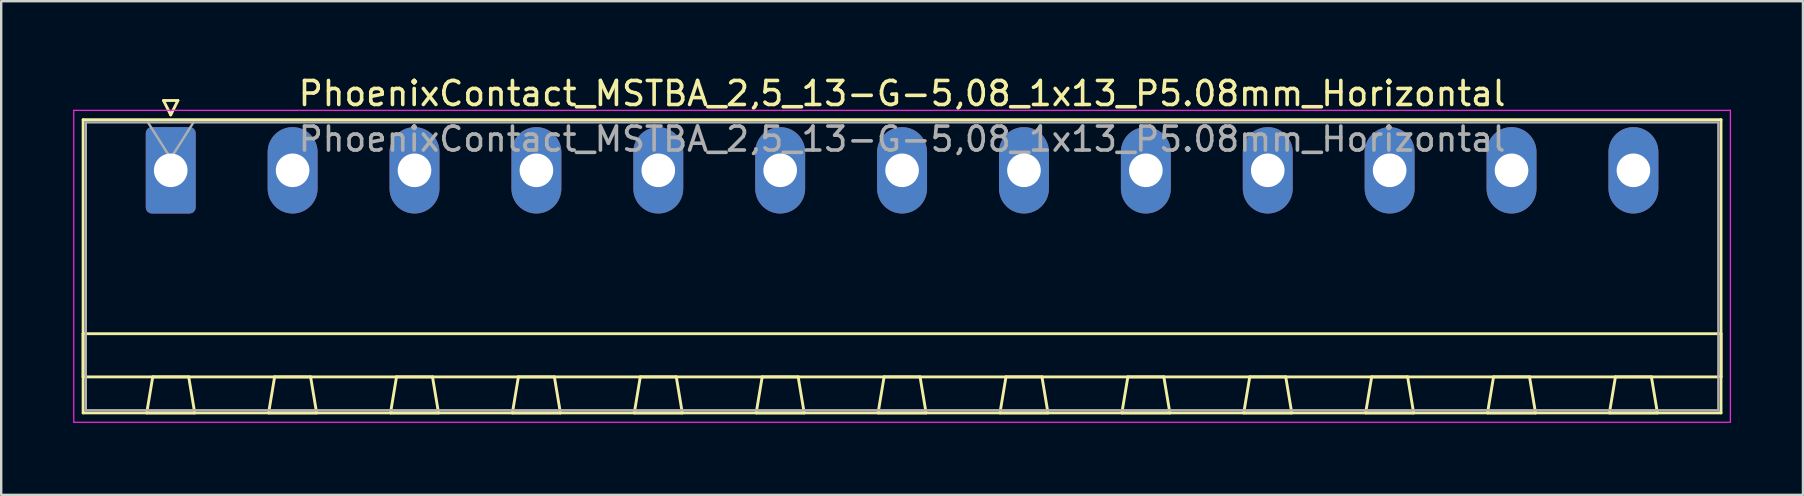
<source format=kicad_pcb>
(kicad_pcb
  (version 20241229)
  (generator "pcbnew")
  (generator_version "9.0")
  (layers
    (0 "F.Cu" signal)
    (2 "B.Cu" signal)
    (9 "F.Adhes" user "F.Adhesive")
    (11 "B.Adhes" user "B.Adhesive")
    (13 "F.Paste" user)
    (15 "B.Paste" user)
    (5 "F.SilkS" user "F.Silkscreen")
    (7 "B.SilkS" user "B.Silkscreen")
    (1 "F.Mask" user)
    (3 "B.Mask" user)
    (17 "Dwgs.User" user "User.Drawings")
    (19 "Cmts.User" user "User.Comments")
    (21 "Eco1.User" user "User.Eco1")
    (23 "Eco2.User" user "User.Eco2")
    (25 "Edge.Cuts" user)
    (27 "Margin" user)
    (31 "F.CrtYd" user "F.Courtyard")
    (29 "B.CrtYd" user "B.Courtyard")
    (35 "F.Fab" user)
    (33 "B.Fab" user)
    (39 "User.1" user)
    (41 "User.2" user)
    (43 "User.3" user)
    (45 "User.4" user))
  (footprint "PhoenixContact_MSTBA_2,5_13-G-5,08_1x13_P5.08mm_Horizontal"
    (layer "F.Cu")
    (at 4.065 4.048)
    (property "Reference" "PhoenixContact_MSTBA_2,5_13-G-5,08_1x13_P5.08mm_Horizontal" (at 30.48 -3.2 0) (layer "F.SilkS") (effects (font (size 1 1) (thickness 0.15))))
    (attr through_hole)
    (fp_line (start -3.65 -2.11) (end -3.65 10.11) (stroke (width 0.12) (type solid)) (layer "F.SilkS"))
    (fp_line (start -3.65 6.81) (end 64.61 6.81) (stroke (width 0.12) (type solid)) (layer "F.SilkS"))
    (fp_line (start -3.65 8.61) (end -3.65 6.81) (stroke (width 0.12) (type solid)) (layer "F.SilkS"))
    (fp_line (start -3.65 10.11) (end 64.61 10.11) (stroke (width 0.12) (type solid)) (layer "F.SilkS"))
    (fp_line (start -1 10.11) (end 1 10.11) (stroke (width 0.12) (type solid)) (layer "F.SilkS"))
    (fp_line (start -0.75 8.61) (end -1 10.11) (stroke (width 0.12) (type solid)) (layer "F.SilkS"))
    (fp_line (start -0.3 -2.91) (end 0.3 -2.91) (stroke (width 0.12) (type solid)) (layer "F.SilkS"))
    (fp_line (start 0 -2.31) (end -0.3 -2.91) (stroke (width 0.12) (type solid)) (layer "F.SilkS"))
    (fp_line (start 0.3 -2.91) (end 0 -2.31) (stroke (width 0.12) (type solid)) (layer "F.SilkS"))
    (fp_line (start 0.75 8.61) (end -0.75 8.61) (stroke (width 0.12) (type solid)) (layer "F.SilkS"))
    (fp_line (start 1 10.11) (end 0.75 8.61) (stroke (width 0.12) (type solid)) (layer "F.SilkS"))
    (fp_line (start 4.08 10.11) (end 6.08 10.11) (stroke (width 0.12) (type solid)) (layer "F.SilkS"))
    (fp_line (start 4.33 8.61) (end 4.08 10.11) (stroke (width 0.12) (type solid)) (layer "F.SilkS"))
    (fp_line (start 5.83 8.61) (end 4.33 8.61) (stroke (width 0.12) (type solid)) (layer "F.SilkS"))
    (fp_line (start 6.08 10.11) (end 5.83 8.61) (stroke (width 0.12) (type solid)) (layer "F.SilkS"))
    (fp_line (start 9.16 10.11) (end 11.16 10.11) (stroke (width 0.12) (type solid)) (layer "F.SilkS"))
    (fp_line (start 9.41 8.61) (end 9.16 10.11) (stroke (width 0.12) (type solid)) (layer "F.SilkS"))
    (fp_line (start 10.91 8.61) (end 9.41 8.61) (stroke (width 0.12) (type solid)) (layer "F.SilkS"))
    (fp_line (start 11.16 10.11) (end 10.91 8.61) (stroke (width 0.12) (type solid)) (layer "F.SilkS"))
    (fp_line (start 14.24 10.11) (end 16.24 10.11) (stroke (width 0.12) (type solid)) (layer "F.SilkS"))
    (fp_line (start 14.49 8.61) (end 14.24 10.11) (stroke (width 0.12) (type solid)) (layer "F.SilkS"))
    (fp_line (start 15.99 8.61) (end 14.49 8.61) (stroke (width 0.12) (type solid)) (layer "F.SilkS"))
    (fp_line (start 16.24 10.11) (end 15.99 8.61) (stroke (width 0.12) (type solid)) (layer "F.SilkS"))
    (fp_line (start 19.32 10.11) (end 21.32 10.11) (stroke (width 0.12) (type solid)) (layer "F.SilkS"))
    (fp_line (start 19.57 8.61) (end 19.32 10.11) (stroke (width 0.12) (type solid)) (layer "F.SilkS"))
    (fp_line (start 21.07 8.61) (end 19.57 8.61) (stroke (width 0.12) (type solid)) (layer "F.SilkS"))
    (fp_line (start 21.32 10.11) (end 21.07 8.61) (stroke (width 0.12) (type solid)) (layer "F.SilkS"))
    (fp_line (start 24.4 10.11) (end 26.4 10.11) (stroke (width 0.12) (type solid)) (layer "F.SilkS"))
    (fp_line (start 24.65 8.61) (end 24.4 10.11) (stroke (width 0.12) (type solid)) (layer "F.SilkS"))
    (fp_line (start 26.15 8.61) (end 24.65 8.61) (stroke (width 0.12) (type solid)) (layer "F.SilkS"))
    (fp_line (start 26.4 10.11) (end 26.15 8.61) (stroke (width 0.12) (type solid)) (layer "F.SilkS"))
    (fp_line (start 29.48 10.11) (end 31.48 10.11) (stroke (width 0.12) (type solid)) (layer "F.SilkS"))
    (fp_line (start 29.73 8.61) (end 29.48 10.11) (stroke (width 0.12) (type solid)) (layer "F.SilkS"))
    (fp_line (start 31.23 8.61) (end 29.73 8.61) (stroke (width 0.12) (type solid)) (layer "F.SilkS"))
    (fp_line (start 31.48 10.11) (end 31.23 8.61) (stroke (width 0.12) (type solid)) (layer "F.SilkS"))
    (fp_line (start 34.56 10.11) (end 36.56 10.11) (stroke (width 0.12) (type solid)) (layer "F.SilkS"))
    (fp_line (start 34.81 8.61) (end 34.56 10.11) (stroke (width 0.12) (type solid)) (layer "F.SilkS"))
    (fp_line (start 36.31 8.61) (end 34.81 8.61) (stroke (width 0.12) (type solid)) (layer "F.SilkS"))
    (fp_line (start 36.56 10.11) (end 36.31 8.61) (stroke (width 0.12) (type solid)) (layer "F.SilkS"))
    (fp_line (start 39.64 10.11) (end 41.64 10.11) (stroke (width 0.12) (type solid)) (layer "F.SilkS"))
    (fp_line (start 39.89 8.61) (end 39.64 10.11) (stroke (width 0.12) (type solid)) (layer "F.SilkS"))
    (fp_line (start 41.39 8.61) (end 39.89 8.61) (stroke (width 0.12) (type solid)) (layer "F.SilkS"))
    (fp_line (start 41.64 10.11) (end 41.39 8.61) (stroke (width 0.12) (type solid)) (layer "F.SilkS"))
    (fp_line (start 44.72 10.11) (end 46.72 10.11) (stroke (width 0.12) (type solid)) (layer "F.SilkS"))
    (fp_line (start 44.97 8.61) (end 44.72 10.11) (stroke (width 0.12) (type solid)) (layer "F.SilkS"))
    (fp_line (start 46.47 8.61) (end 44.97 8.61) (stroke (width 0.12) (type solid)) (layer "F.SilkS"))
    (fp_line (start 46.72 10.11) (end 46.47 8.61) (stroke (width 0.12) (type solid)) (layer "F.SilkS"))
    (fp_line (start 49.8 10.11) (end 51.8 10.11) (stroke (width 0.12) (type solid)) (layer "F.SilkS"))
    (fp_line (start 50.05 8.61) (end 49.8 10.11) (stroke (width 0.12) (type solid)) (layer "F.SilkS"))
    (fp_line (start 51.55 8.61) (end 50.05 8.61) (stroke (width 0.12) (type solid)) (layer "F.SilkS"))
    (fp_line (start 51.8 10.11) (end 51.55 8.61) (stroke (width 0.12) (type solid)) (layer "F.SilkS"))
    (fp_line (start 54.88 10.11) (end 56.88 10.11) (stroke (width 0.12) (type solid)) (layer "F.SilkS"))
    (fp_line (start 55.13 8.61) (end 54.88 10.11) (stroke (width 0.12) (type solid)) (layer "F.SilkS"))
    (fp_line (start 56.63 8.61) (end 55.13 8.61) (stroke (width 0.12) (type solid)) (layer "F.SilkS"))
    (fp_line (start 56.88 10.11) (end 56.63 8.61) (stroke (width 0.12) (type solid)) (layer "F.SilkS"))
    (fp_line (start 59.96 10.11) (end 61.96 10.11) (stroke (width 0.12) (type solid)) (layer "F.SilkS"))
    (fp_line (start 60.21 8.61) (end 59.96 10.11) (stroke (width 0.12) (type solid)) (layer "F.SilkS"))
    (fp_line (start 61.71 8.61) (end 60.21 8.61) (stroke (width 0.12) (type solid)) (layer "F.SilkS"))
    (fp_line (start 61.96 10.11) (end 61.71 8.61) (stroke (width 0.12) (type solid)) (layer "F.SilkS"))
    (fp_line (start 64.61 -2.11) (end -3.65 -2.11) (stroke (width 0.12) (type solid)) (layer "F.SilkS"))
    (fp_line (start 64.61 6.81) (end 64.61 8.61) (stroke (width 0.12) (type solid)) (layer "F.SilkS"))
    (fp_line (start 64.61 8.61) (end -3.65 8.61) (stroke (width 0.12) (type solid)) (layer "F.SilkS"))
    (fp_line (start 64.61 10.11) (end 64.61 -2.11) (stroke (width 0.12) (type solid)) (layer "F.SilkS"))
    (fp_line (start -4.04 -2.5) (end -4.04 10.5) (stroke (width 0.05) (type solid)) (layer "F.CrtYd"))
    (fp_line (start -4.04 10.5) (end 65 10.5) (stroke (width 0.05) (type solid)) (layer "F.CrtYd"))
    (fp_line (start 65 -2.5) (end -4.04 -2.5) (stroke (width 0.05) (type solid)) (layer "F.CrtYd"))
    (fp_line (start 65 10.5) (end 65 -2.5) (stroke (width 0.05) (type solid)) (layer "F.CrtYd"))
    (fp_line (start -3.54 -2) (end -3.54 10) (stroke (width 0.1) (type solid)) (layer "F.Fab"))
    (fp_line (start -3.54 10) (end 64.5 10) (stroke (width 0.1) (type solid)) (layer "F.Fab"))
    (fp_line (start 0 -0.5) (end -0.95 -2) (stroke (width 0.1) (type solid)) (layer "F.Fab"))
    (fp_line (start 0.95 -2) (end 0 -0.5) (stroke (width 0.1) (type solid)) (layer "F.Fab"))
    (fp_line (start 64.5 -2) (end -3.54 -2) (stroke (width 0.1) (type solid)) (layer "F.Fab"))
    (fp_line (start 64.5 10) (end 64.5 -2) (stroke (width 0.1) (type solid)) (layer "F.Fab"))
    (fp_text user "${REFERENCE}" (at 30.48 -1.3 0) (layer "F.Fab") (effects (font (size 1 1) (thickness 0.15))))
    (pad "1" thru_hole roundrect (at 0 0) (size 2.08 3.6) (drill 1.4) (layers "*.Cu" "*.Mask") (roundrect_rratio 0.12))
    (pad "2" thru_hole oval (at 5.08 0) (size 2.08 3.6) (drill 1.4) (layers "*.Cu" "*.Mask"))
    (pad "3" thru_hole oval (at 10.16 0) (size 2.08 3.6) (drill 1.4) (layers "*.Cu" "*.Mask"))
    (pad "4" thru_hole oval (at 15.24 0) (size 2.08 3.6) (drill 1.4) (layers "*.Cu" "*.Mask"))
    (pad "5" thru_hole oval (at 20.32 0) (size 2.08 3.6) (drill 1.4) (layers "*.Cu" "*.Mask"))
    (pad "6" thru_hole oval (at 25.4 0) (size 2.08 3.6) (drill 1.4) (layers "*.Cu" "*.Mask"))
    (pad "7" thru_hole oval (at 30.48 0) (size 2.08 3.6) (drill 1.4) (layers "*.Cu" "*.Mask"))
    (pad "8" thru_hole oval (at 35.56 0) (size 2.08 3.6) (drill 1.4) (layers "*.Cu" "*.Mask"))
    (pad "9" thru_hole oval (at 40.64 0) (size 2.08 3.6) (drill 1.4) (layers "*.Cu" "*.Mask"))
    (pad "10" thru_hole oval (at 45.72 0) (size 2.08 3.6) (drill 1.4) (layers "*.Cu" "*.Mask"))
    (pad "11" thru_hole oval (at 50.8 0) (size 2.08 3.6) (drill 1.4) (layers "*.Cu" "*.Mask"))
    (pad "12" thru_hole oval (at 55.88 0) (size 2.08 3.6) (drill 1.4) (layers "*.Cu" "*.Mask"))
    (pad "13" thru_hole oval (at 60.96 0) (size 2.08 3.6) (drill 1.4) (layers "*.Cu" "*.Mask")))
  (gr_rect
    (start -3 -3)
    (end 72.09 17.573)
    (stroke (width 0.1) (type default))
    (fill no)
    (layer "Edge.Cuts")))
</source>
